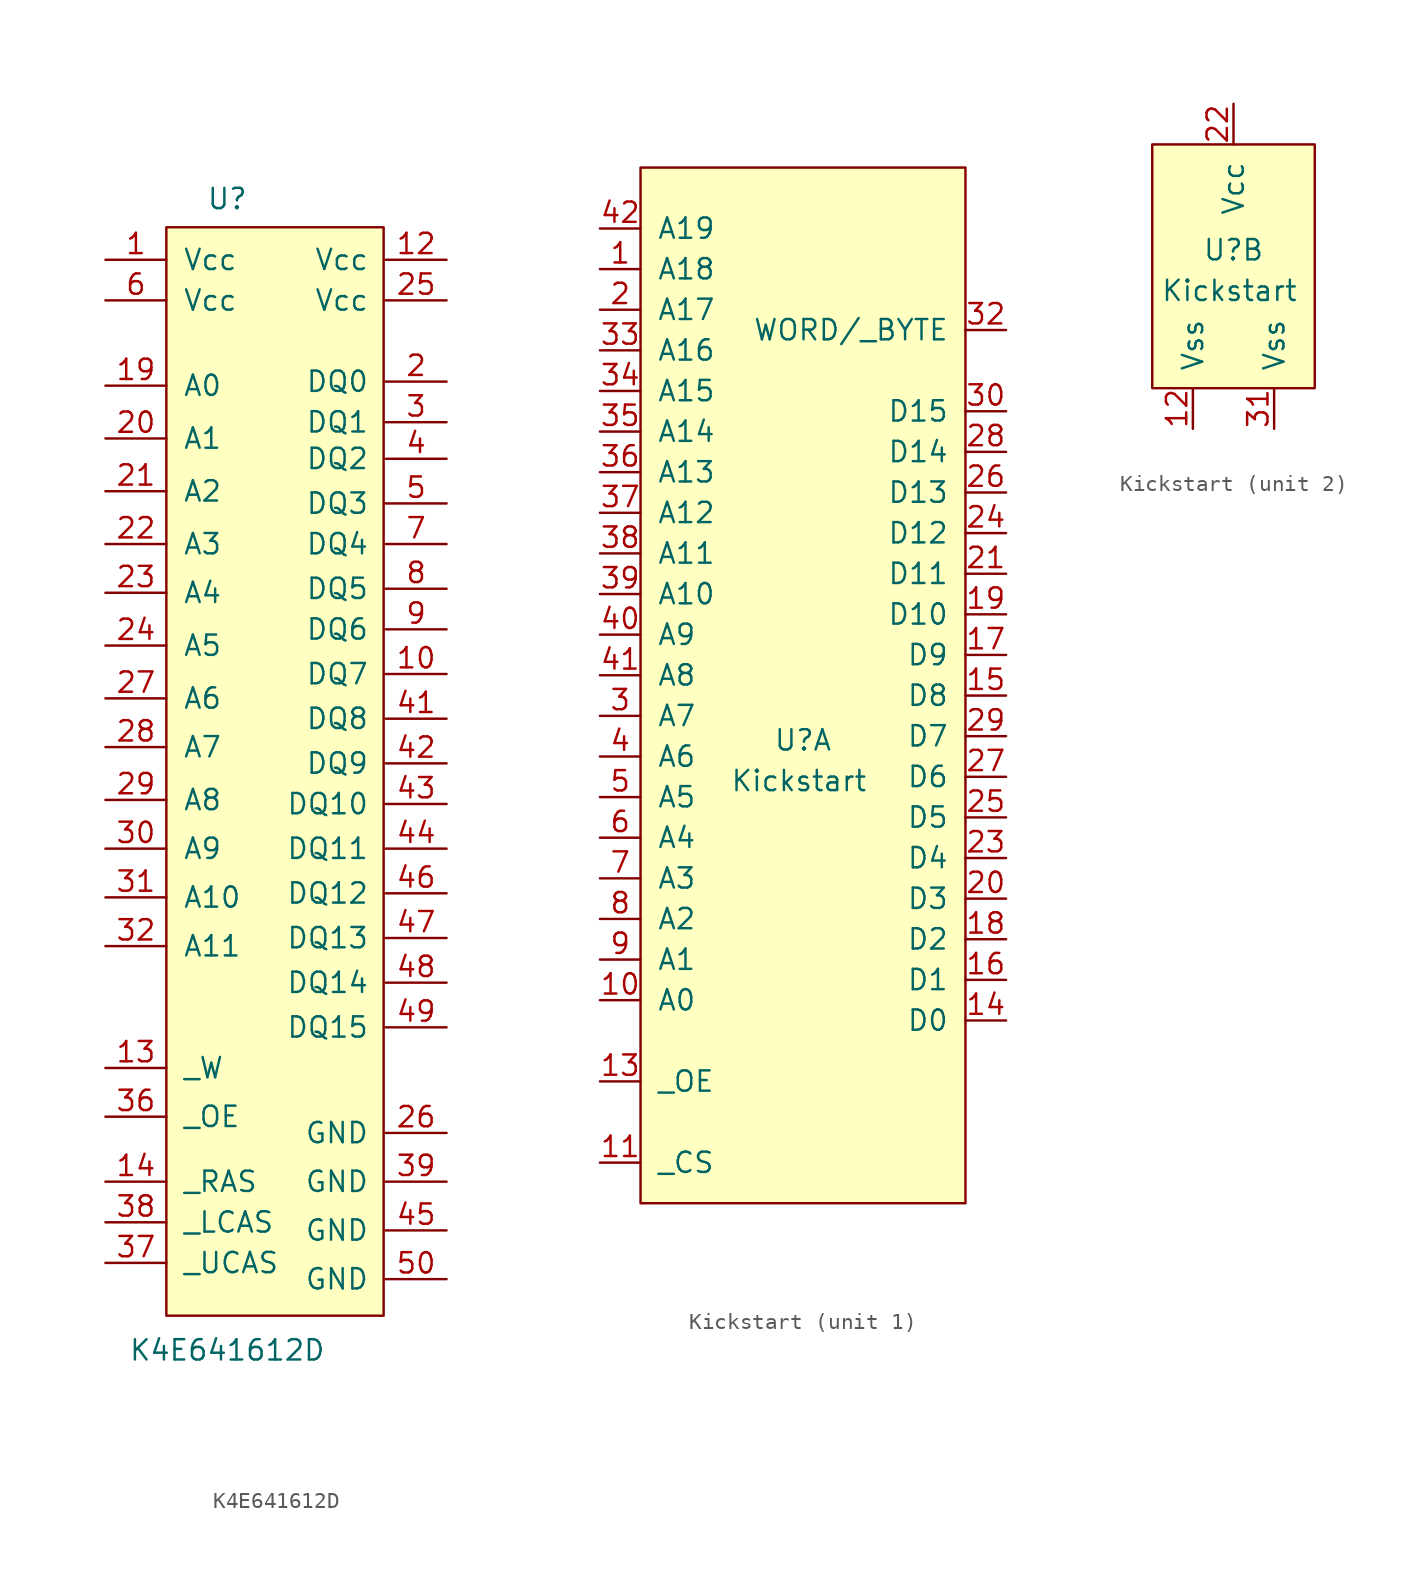
<source format=kicad_sym>
(kicad_symbol_lib
  (version 20220914)
  (generator kicad_symbol_editor)
  (symbol "K4E641612D"
    (pin_names
      (offset 1.016))
    (property "Reference" "U"
      (at 0 0 0)
      (effects (font (size 1.27 1.27))))
    (property "Value" "K4E641612D"
      (at 0 -72.009 0)
      (effects (font (size 1.27 1.27))))
    (symbol "K4E641612D_0_1"
      (rectangle (start -3.81 -1.778) (end 9.779 -69.85) (stroke (width 0) (type solid)) (fill (type background))))
    (symbol "K4E641612D_1_1"
      (pin power_in line (at -7.62 -3.81 0) (length 3.81) (name "Vcc" (effects (font (size 1.27 1.27)))) (number "1" (effects (font (size 1.27 1.27)))))
      (pin bidirectional line (at 13.716 -29.718 180) (length 3.81) (name "DQ7" (effects (font (size 1.27 1.27)))) (number "10" (effects (font (size 1.27 1.27)))))
      (pin power_in line (at 13.716 -3.81 180) (length 3.81) (name "Vcc" (effects (font (size 1.27 1.27)))) (number "12" (effects (font (size 1.27 1.27)))))
      (pin input line (at -7.62 -54.356 0) (length 3.81) (name "_W" (effects (font (size 1.27 1.27)))) (number "13" (effects (font (size 1.27 1.27)))))
      (pin input line (at -7.62 -61.468 0) (length 3.81) (name "_RAS" (effects (font (size 1.27 1.27)))) (number "14" (effects (font (size 1.27 1.27)))))
      (pin input line (at -7.62 -11.684 0) (length 3.81) (name "A0" (effects (font (size 1.27 1.27)))) (number "19" (effects (font (size 1.27 1.27)))))
      (pin bidirectional line (at 13.716 -11.43 180) (length 3.81) (name "DQ0" (effects (font (size 1.27 1.27)))) (number "2" (effects (font (size 1.27 1.27)))))
      (pin input line (at -7.62 -14.986 0) (length 3.81) (name "A1" (effects (font (size 1.27 1.27)))) (number "20" (effects (font (size 1.27 1.27)))))
      (pin input line (at -7.62 -18.288 0) (length 3.81) (name "A2" (effects (font (size 1.27 1.27)))) (number "21" (effects (font (size 1.27 1.27)))))
      (pin input line (at -7.62 -21.59 0) (length 3.81) (name "A3" (effects (font (size 1.27 1.27)))) (number "22" (effects (font (size 1.27 1.27)))))
      (pin input line (at -7.62 -24.638 0) (length 3.81) (name "A4" (effects (font (size 1.27 1.27)))) (number "23" (effects (font (size 1.27 1.27)))))
      (pin input line (at -7.62 -27.94 0) (length 3.81) (name "A5" (effects (font (size 1.27 1.27)))) (number "24" (effects (font (size 1.27 1.27)))))
      (pin power_in line (at 13.716 -6.35 180) (length 3.81) (name "Vcc" (effects (font (size 1.27 1.27)))) (number "25" (effects (font (size 1.27 1.27)))))
      (pin power_in line (at 13.716 -58.42 180) (length 3.81) (name "GND" (effects (font (size 1.27 1.27)))) (number "26" (effects (font (size 1.27 1.27)))))
      (pin input line (at -7.62 -31.242 0) (length 3.81) (name "A6" (effects (font (size 1.27 1.27)))) (number "27" (effects (font (size 1.27 1.27)))))
      (pin input line (at -7.62 -34.29 0) (length 3.81) (name "A7" (effects (font (size 1.27 1.27)))) (number "28" (effects (font (size 1.27 1.27)))))
      (pin input line (at -7.62 -37.592 0) (length 3.81) (name "A8" (effects (font (size 1.27 1.27)))) (number "29" (effects (font (size 1.27 1.27)))))
      (pin bidirectional line (at 13.716 -13.97 180) (length 3.81) (name "DQ1" (effects (font (size 1.27 1.27)))) (number "3" (effects (font (size 1.27 1.27)))))
      (pin input line (at -7.62 -40.64 0) (length 3.81) (name "A9" (effects (font (size 1.27 1.27)))) (number "30" (effects (font (size 1.27 1.27)))))
      (pin input line (at -7.62 -43.688 0) (length 3.81) (name "A10" (effects (font (size 1.27 1.27)))) (number "31" (effects (font (size 1.27 1.27)))))
      (pin input line (at -7.62 -46.736 0) (length 3.81) (name "A11" (effects (font (size 1.27 1.27)))) (number "32" (effects (font (size 1.27 1.27)))))
      (pin input line (at -7.62 -57.404 0) (length 3.81) (name "_OE" (effects (font (size 1.27 1.27)))) (number "36" (effects (font (size 1.27 1.27)))))
      (pin input line (at -7.62 -66.548 0) (length 3.81) (name "_UCAS" (effects (font (size 1.27 1.27)))) (number "37" (effects (font (size 1.27 1.27)))))
      (pin input line (at -7.62 -64.008 0) (length 3.81) (name "_LCAS" (effects (font (size 1.27 1.27)))) (number "38" (effects (font (size 1.27 1.27)))))
      (pin power_in line (at 13.716 -61.468 180) (length 3.81) (name "GND" (effects (font (size 1.27 1.27)))) (number "39" (effects (font (size 1.27 1.27)))))
      (pin bidirectional line (at 13.716 -16.256 180) (length 3.81) (name "DQ2" (effects (font (size 1.27 1.27)))) (number "4" (effects (font (size 1.27 1.27)))))
      (pin bidirectional line (at 13.716 -32.512 180) (length 3.81) (name "DQ8" (effects (font (size 1.27 1.27)))) (number "41" (effects (font (size 1.27 1.27)))))
      (pin bidirectional line (at 13.716 -35.306 180) (length 3.81) (name "DQ9" (effects (font (size 1.27 1.27)))) (number "42" (effects (font (size 1.27 1.27)))))
      (pin bidirectional line (at 13.716 -37.846 180) (length 3.81) (name "DQ10" (effects (font (size 1.27 1.27)))) (number "43" (effects (font (size 1.27 1.27)))))
      (pin bidirectional line (at 13.716 -40.64 180) (length 3.81) (name "DQ11" (effects (font (size 1.27 1.27)))) (number "44" (effects (font (size 1.27 1.27)))))
      (pin power_in line (at 13.716 -64.516 180) (length 3.81) (name "GND" (effects (font (size 1.27 1.27)))) (number "45" (effects (font (size 1.27 1.27)))))
      (pin bidirectional line (at 13.716 -43.434 180) (length 3.81) (name "DQ12" (effects (font (size 1.27 1.27)))) (number "46" (effects (font (size 1.27 1.27)))))
      (pin bidirectional line (at 13.716 -46.228 180) (length 3.81) (name "DQ13" (effects (font (size 1.27 1.27)))) (number "47" (effects (font (size 1.27 1.27)))))
      (pin bidirectional line (at 13.716 -49.022 180) (length 3.81) (name "DQ14" (effects (font (size 1.27 1.27)))) (number "48" (effects (font (size 1.27 1.27)))))
      (pin bidirectional line (at 13.716 -51.816 180) (length 3.81) (name "DQ15" (effects (font (size 1.27 1.27)))) (number "49" (effects (font (size 1.27 1.27)))))
      (pin bidirectional line (at 13.716 -19.05 180) (length 3.81) (name "DQ3" (effects (font (size 1.27 1.27)))) (number "5" (effects (font (size 1.27 1.27)))))
      (pin power_in line (at 13.716 -67.564 180) (length 3.81) (name "GND" (effects (font (size 1.27 1.27)))) (number "50" (effects (font (size 1.27 1.27)))))
      (pin power_in line (at -7.62 -6.35 0) (length 3.81) (name "Vcc" (effects (font (size 1.27 1.27)))) (number "6" (effects (font (size 1.27 1.27)))))
      (pin bidirectional line (at 13.716 -21.59 180) (length 3.81) (name "DQ4" (effects (font (size 1.27 1.27)))) (number "7" (effects (font (size 1.27 1.27)))))
      (pin bidirectional line (at 13.716 -24.384 180) (length 3.81) (name "DQ5" (effects (font (size 1.27 1.27)))) (number "8" (effects (font (size 1.27 1.27)))))
      (pin bidirectional line (at 13.716 -26.924 180) (length 3.81) (name "DQ6" (effects (font (size 1.27 1.27)))) (number "9" (effects (font (size 1.27 1.27)))))))
  (symbol "Kickstart"
    (pin_names
      (offset 1.016))
    (property "Reference" "U"
      (at 0 -0.254 0)
      (effects (font (size 1.27 1.27))))
    (property "Value" "Kickstart"
      (at -0.254 -2.794 0)
      (effects (font (size 1.27 1.27))))
    (property "ki_locked" ""
      (at 0 0 0)
      (effects (font (size 1.27 1.27))))
    (symbol "Kickstart_1_0"
      (pin input line (at -12.7 29.21 0) (length 2.54) (name "A18" (effects (font (size 1.27 1.27)))) (number "1" (effects (font (size 1.27 1.27)))))
      (pin input line (at -12.7 31.75 0) (length 2.54) (name "A19" (effects (font (size 1.27 1.27)))) (number "42" (effects (font (size 1.27 1.27))))))
    (symbol "Kickstart_1_1"
      (rectangle (start -10.16 35.56) (end 10.16 -29.21) (stroke (width 0) (type solid)) (fill (type background)))
      (pin input line (at -12.7 -16.51 0) (length 2.54) (name "A0" (effects (font (size 1.27 1.27)))) (number "10" (effects (font (size 1.27 1.27)))))
      (pin input line (at -12.7 -26.67 0) (length 2.54) (name "_CS" (effects (font (size 1.27 1.27)))) (number "11" (effects (font (size 1.27 1.27)))))
      (pin input line (at -12.7 -21.59 0) (length 2.54) (name "_OE" (effects (font (size 1.27 1.27)))) (number "13" (effects (font (size 1.27 1.27)))))
      (pin output line (at 12.7 -17.78 180) (length 2.54) (name "D0" (effects (font (size 1.27 1.27)))) (number "14" (effects (font (size 1.27 1.27)))))
      (pin output line (at 12.7 2.54 180) (length 2.54) (name "D8" (effects (font (size 1.27 1.27)))) (number "15" (effects (font (size 1.27 1.27)))))
      (pin output line (at 12.7 -15.24 180) (length 2.54) (name "D1" (effects (font (size 1.27 1.27)))) (number "16" (effects (font (size 1.27 1.27)))))
      (pin output line (at 12.7 5.08 180) (length 2.54) (name "D9" (effects (font (size 1.27 1.27)))) (number "17" (effects (font (size 1.27 1.27)))))
      (pin output line (at 12.7 -12.7 180) (length 2.54) (name "D2" (effects (font (size 1.27 1.27)))) (number "18" (effects (font (size 1.27 1.27)))))
      (pin output line (at 12.7 7.62 180) (length 2.54) (name "D10" (effects (font (size 1.27 1.27)))) (number "19" (effects (font (size 1.27 1.27)))))
      (pin input line (at -12.7 26.67 0) (length 2.54) (name "A17" (effects (font (size 1.27 1.27)))) (number "2" (effects (font (size 1.27 1.27)))))
      (pin output line (at 12.7 -10.16 180) (length 2.54) (name "D3" (effects (font (size 1.27 1.27)))) (number "20" (effects (font (size 1.27 1.27)))))
      (pin output line (at 12.7 10.16 180) (length 2.54) (name "D11" (effects (font (size 1.27 1.27)))) (number "21" (effects (font (size 1.27 1.27)))))
      (pin output line (at 12.7 -7.62 180) (length 2.54) (name "D4" (effects (font (size 1.27 1.27)))) (number "23" (effects (font (size 1.27 1.27)))))
      (pin output line (at 12.7 12.7 180) (length 2.54) (name "D12" (effects (font (size 1.27 1.27)))) (number "24" (effects (font (size 1.27 1.27)))))
      (pin output line (at 12.7 -5.08 180) (length 2.54) (name "D5" (effects (font (size 1.27 1.27)))) (number "25" (effects (font (size 1.27 1.27)))))
      (pin output line (at 12.7 15.24 180) (length 2.54) (name "D13" (effects (font (size 1.27 1.27)))) (number "26" (effects (font (size 1.27 1.27)))))
      (pin output line (at 12.7 -2.54 180) (length 2.54) (name "D6" (effects (font (size 1.27 1.27)))) (number "27" (effects (font (size 1.27 1.27)))))
      (pin output line (at 12.7 17.78 180) (length 2.54) (name "D14" (effects (font (size 1.27 1.27)))) (number "28" (effects (font (size 1.27 1.27)))))
      (pin output line (at 12.7 0 180) (length 2.54) (name "D7" (effects (font (size 1.27 1.27)))) (number "29" (effects (font (size 1.27 1.27)))))
      (pin input line (at -12.7 1.27 0) (length 2.54) (name "A7" (effects (font (size 1.27 1.27)))) (number "3" (effects (font (size 1.27 1.27)))))
      (pin output line (at 12.7 20.32 180) (length 2.54) (name "D15" (effects (font (size 1.27 1.27)))) (number "30" (effects (font (size 1.27 1.27)))))
      (pin input line (at 12.7 25.4 180) (length 2.54) (name "WORD/_BYTE" (effects (font (size 1.27 1.27)))) (number "32" (effects (font (size 1.27 1.27)))))
      (pin input line (at -12.7 24.13 0) (length 2.54) (name "A16" (effects (font (size 1.27 1.27)))) (number "33" (effects (font (size 1.27 1.27)))))
      (pin input line (at -12.7 21.59 0) (length 2.54) (name "A15" (effects (font (size 1.27 1.27)))) (number "34" (effects (font (size 1.27 1.27)))))
      (pin input line (at -12.7 19.05 0) (length 2.54) (name "A14" (effects (font (size 1.27 1.27)))) (number "35" (effects (font (size 1.27 1.27)))))
      (pin input line (at -12.7 16.51 0) (length 2.54) (name "A13" (effects (font (size 1.27 1.27)))) (number "36" (effects (font (size 1.27 1.27)))))
      (pin input line (at -12.7 13.97 0) (length 2.54) (name "A12" (effects (font (size 1.27 1.27)))) (number "37" (effects (font (size 1.27 1.27)))))
      (pin input line (at -12.7 11.43 0) (length 2.54) (name "A11" (effects (font (size 1.27 1.27)))) (number "38" (effects (font (size 1.27 1.27)))))
      (pin input line (at -12.7 8.89 0) (length 2.54) (name "A10" (effects (font (size 1.27 1.27)))) (number "39" (effects (font (size 1.27 1.27)))))
      (pin input line (at -12.7 -1.27 0) (length 2.54) (name "A6" (effects (font (size 1.27 1.27)))) (number "4" (effects (font (size 1.27 1.27)))))
      (pin input line (at -12.7 6.35 0) (length 2.54) (name "A9" (effects (font (size 1.27 1.27)))) (number "40" (effects (font (size 1.27 1.27)))))
      (pin input line (at -12.7 3.81 0) (length 2.54) (name "A8" (effects (font (size 1.27 1.27)))) (number "41" (effects (font (size 1.27 1.27)))))
      (pin input line (at -12.7 -3.81 0) (length 2.54) (name "A5" (effects (font (size 1.27 1.27)))) (number "5" (effects (font (size 1.27 1.27)))))
      (pin input line (at -12.7 -6.35 0) (length 2.54) (name "A4" (effects (font (size 1.27 1.27)))) (number "6" (effects (font (size 1.27 1.27)))))
      (pin input line (at -12.7 -8.89 0) (length 2.54) (name "A3" (effects (font (size 1.27 1.27)))) (number "7" (effects (font (size 1.27 1.27)))))
      (pin input line (at -12.7 -11.43 0) (length 2.54) (name "A2" (effects (font (size 1.27 1.27)))) (number "8" (effects (font (size 1.27 1.27)))))
      (pin input line (at -12.7 -13.97 0) (length 2.54) (name "A1" (effects (font (size 1.27 1.27)))) (number "9" (effects (font (size 1.27 1.27))))))
    (symbol "Kickstart_2_1"
      (rectangle (start -5.08 -8.89) (end 5.08 6.35) (stroke (width 0) (type solid)) (fill (type background)))
      (pin power_in line (at -2.54 -11.43 90) (length 2.54) (name "Vss" (effects (font (size 1.27 1.27)))) (number "12" (effects (font (size 1.27 1.27)))))
      (pin power_in line (at 0 8.89 270) (length 2.54) (name "Vcc" (effects (font (size 1.27 1.27)))) (number "22" (effects (font (size 1.27 1.27)))))
      (pin power_in line (at 2.54 -11.43 90) (length 2.54) (name "Vss" (effects (font (size 1.27 1.27)))) (number "31" (effects (font (size 1.27 1.27))))))))
</source>
